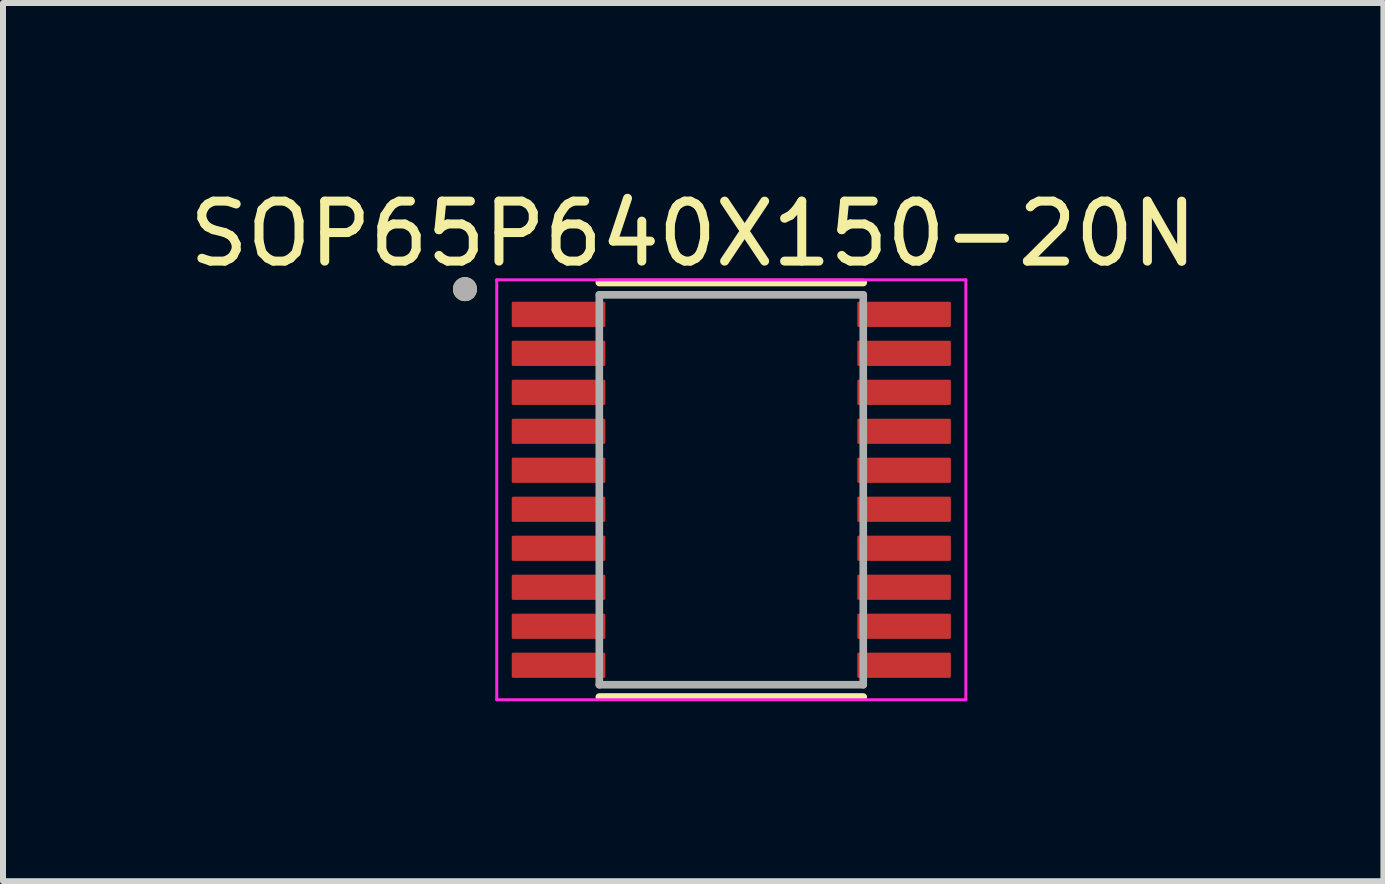
<source format=kicad_pcb>
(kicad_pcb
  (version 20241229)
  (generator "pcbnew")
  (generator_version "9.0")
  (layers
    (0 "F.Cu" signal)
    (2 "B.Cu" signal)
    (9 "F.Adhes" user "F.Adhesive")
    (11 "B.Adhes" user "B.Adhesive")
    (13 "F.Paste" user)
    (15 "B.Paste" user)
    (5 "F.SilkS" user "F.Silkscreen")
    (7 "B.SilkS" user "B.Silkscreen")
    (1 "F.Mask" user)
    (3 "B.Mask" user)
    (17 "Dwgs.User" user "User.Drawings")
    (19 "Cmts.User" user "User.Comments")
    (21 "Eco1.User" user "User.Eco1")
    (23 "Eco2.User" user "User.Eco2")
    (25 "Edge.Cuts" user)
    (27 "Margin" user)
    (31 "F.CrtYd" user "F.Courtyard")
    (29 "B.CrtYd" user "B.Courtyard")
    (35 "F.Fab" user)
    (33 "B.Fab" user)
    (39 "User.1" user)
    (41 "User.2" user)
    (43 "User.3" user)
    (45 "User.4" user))
  (footprint "SOP65P640X150-20N"
    (layer "F.Cu")
    (at 9.141 5.115)
    (property "Reference" "SOP65P640X150-20N" (at -0.635 -4.267 0) (layer "F.SilkS") (effects (font (size 1 1) (thickness 0.15))))
    (attr smd)
    (fp_line (start -2.2 -3.455) (end 2.2 -3.455) (stroke (width 0.127) (type solid)) (layer "F.SilkS"))
    (fp_line (start -2.2 3.455) (end 2.2 3.455) (stroke (width 0.127) (type solid)) (layer "F.SilkS"))
    (fp_circle (center -4.44 -3.345) (end -4.34 -3.345) (stroke (width 0.2) (type solid)) (fill no) (layer "F.SilkS"))
    (fp_line (start -3.91 -3.5) (end -3.91 3.5) (stroke (width 0.05) (type solid)) (layer "F.CrtYd"))
    (fp_line (start -3.91 -3.5) (end 3.91 -3.5) (stroke (width 0.05) (type solid)) (layer "F.CrtYd"))
    (fp_line (start -3.91 3.5) (end 3.91 3.5) (stroke (width 0.05) (type solid)) (layer "F.CrtYd"))
    (fp_line (start 3.91 -3.5) (end 3.91 3.5) (stroke (width 0.05) (type solid)) (layer "F.CrtYd"))
    (fp_line (start -2.2 -3.25) (end -2.2 3.25) (stroke (width 0.127) (type solid)) (layer "F.Fab"))
    (fp_line (start -2.2 -3.25) (end 2.2 -3.25) (stroke (width 0.127) (type solid)) (layer "F.Fab"))
    (fp_line (start -2.2 3.25) (end 2.2 3.25) (stroke (width 0.127) (type solid)) (layer "F.Fab"))
    (fp_line (start 2.2 -3.25) (end 2.2 3.25) (stroke (width 0.127) (type solid)) (layer "F.Fab"))
    (fp_circle (center -4.44 -3.345) (end -4.34 -3.345) (stroke (width 0.2) (type solid)) (fill no) (layer "F.Fab"))
    (pad "1" smd roundrect (at -2.88 -2.925) (size 1.56 0.42) (layers "F.Cu" "F.Mask" "F.Paste") (roundrect_rratio 0.05))
    (pad "2" smd roundrect (at -2.88 -2.275) (size 1.56 0.42) (layers "F.Cu" "F.Mask" "F.Paste") (roundrect_rratio 0.05))
    (pad "3" smd roundrect (at -2.88 -1.625) (size 1.56 0.42) (layers "F.Cu" "F.Mask" "F.Paste") (roundrect_rratio 0.05))
    (pad "4" smd roundrect (at -2.88 -0.975) (size 1.56 0.42) (layers "F.Cu" "F.Mask" "F.Paste") (roundrect_rratio 0.05))
    (pad "5" smd roundrect (at -2.88 -0.325) (size 1.56 0.42) (layers "F.Cu" "F.Mask" "F.Paste") (roundrect_rratio 0.05))
    (pad "6" smd roundrect (at -2.88 0.325) (size 1.56 0.42) (layers "F.Cu" "F.Mask" "F.Paste") (roundrect_rratio 0.05))
    (pad "7" smd roundrect (at -2.88 0.975) (size 1.56 0.42) (layers "F.Cu" "F.Mask" "F.Paste") (roundrect_rratio 0.05))
    (pad "8" smd roundrect (at -2.88 1.625) (size 1.56 0.42) (layers "F.Cu" "F.Mask" "F.Paste") (roundrect_rratio 0.05))
    (pad "9" smd roundrect (at -2.88 2.275) (size 1.56 0.42) (layers "F.Cu" "F.Mask" "F.Paste") (roundrect_rratio 0.05))
    (pad "10" smd roundrect (at -2.88 2.925) (size 1.56 0.42) (layers "F.Cu" "F.Mask" "F.Paste") (roundrect_rratio 0.05))
    (pad "11" smd roundrect (at 2.88 2.925) (size 1.56 0.42) (layers "F.Cu" "F.Mask" "F.Paste") (roundrect_rratio 0.05))
    (pad "12" smd roundrect (at 2.88 2.275) (size 1.56 0.42) (layers "F.Cu" "F.Mask" "F.Paste") (roundrect_rratio 0.05))
    (pad "13" smd roundrect (at 2.88 1.625) (size 1.56 0.42) (layers "F.Cu" "F.Mask" "F.Paste") (roundrect_rratio 0.05))
    (pad "14" smd roundrect (at 2.88 0.975) (size 1.56 0.42) (layers "F.Cu" "F.Mask" "F.Paste") (roundrect_rratio 0.05))
    (pad "15" smd roundrect (at 2.88 0.325) (size 1.56 0.42) (layers "F.Cu" "F.Mask" "F.Paste") (roundrect_rratio 0.05))
    (pad "16" smd roundrect (at 2.88 -0.325) (size 1.56 0.42) (layers "F.Cu" "F.Mask" "F.Paste") (roundrect_rratio 0.05))
    (pad "17" smd roundrect (at 2.88 -0.975) (size 1.56 0.42) (layers "F.Cu" "F.Mask" "F.Paste") (roundrect_rratio 0.05))
    (pad "18" smd roundrect (at 2.88 -1.625) (size 1.56 0.42) (layers "F.Cu" "F.Mask" "F.Paste") (roundrect_rratio 0.05))
    (pad "19" smd roundrect (at 2.88 -2.275) (size 1.56 0.42) (layers "F.Cu" "F.Mask" "F.Paste") (roundrect_rratio 0.05))
    (pad "20" smd roundrect (at 2.88 -2.925) (size 1.56 0.42) (layers "F.Cu" "F.Mask" "F.Paste") (roundrect_rratio 0.05)))
  (gr_rect
    (start -3 -3)
    (end 20.012 11.64)
    (stroke (width 0.1) (type default))
    (fill no)
    (layer "Edge.Cuts")))
</source>
